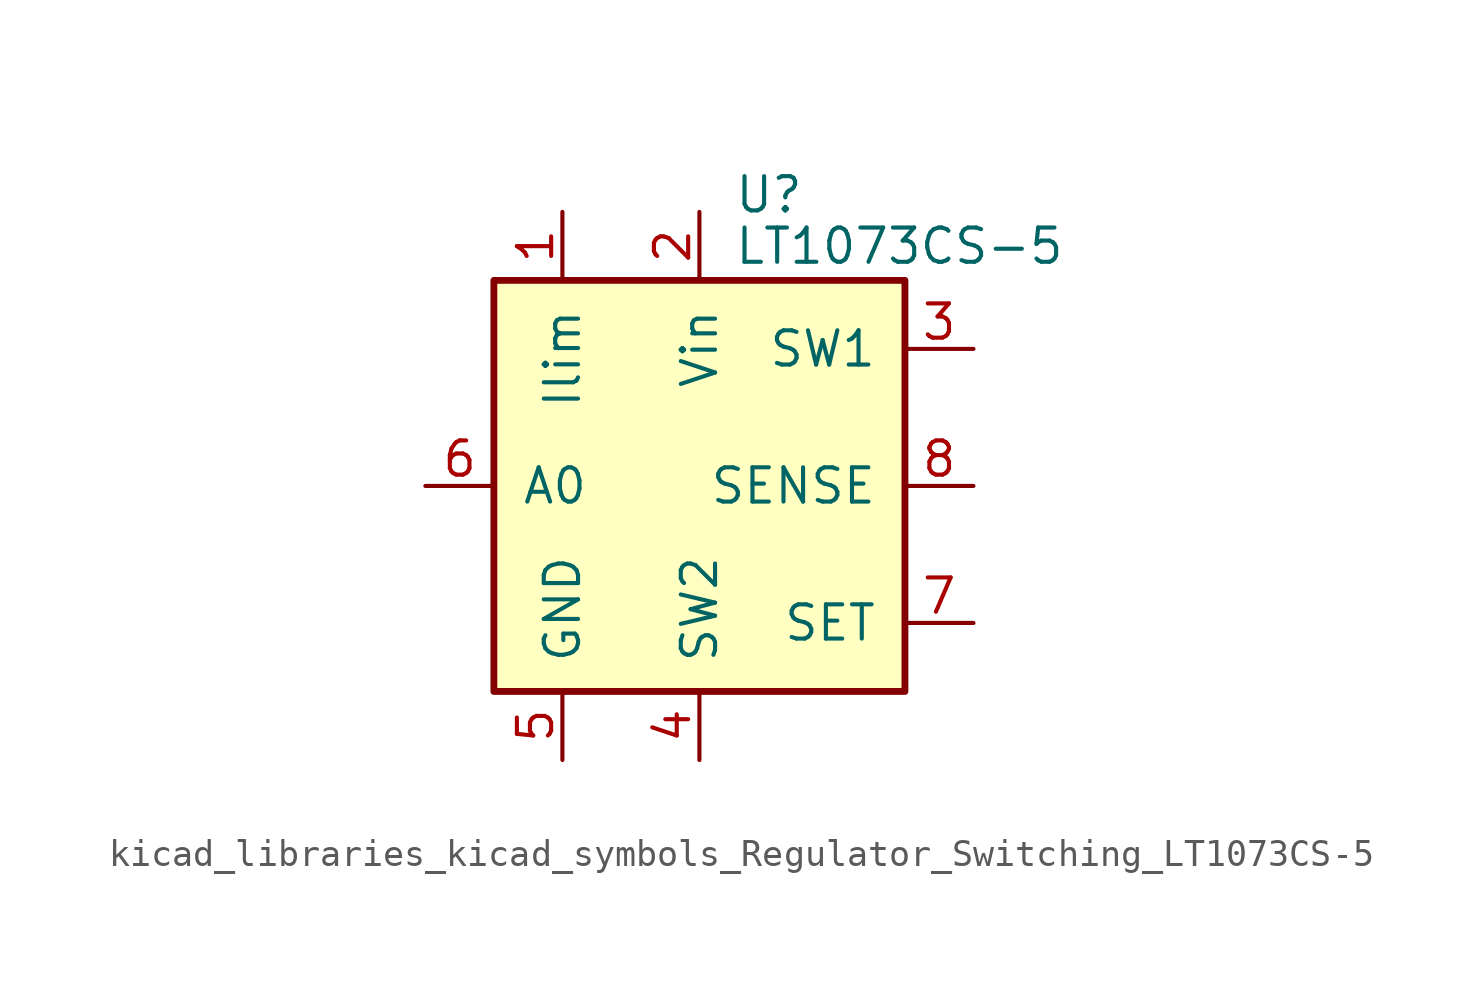
<source format=kicad_sym>
(kicad_symbol_lib
  (version 20220914)
  (generator kicad_symbol_editor)
  (symbol "kicad_libraries_kicad_symbols_Regulator_Switching_LT1073CS-5"
    (pin_names
      (offset 1.016))
    (property "Reference" "U"
      (at 1.27 10.795 0)
      (effects (font (size 1.27 1.27)) (justify left)))
    (property "Value" "LT1073CS-5"
      (at 1.27 8.89 0)
      (effects (font (size 1.27 1.27)) (justify left)))
    (symbol "kicad_libraries_kicad_symbols_Regulator_Switching_LT1073CS-5_0_1"
      (rectangle (start -7.62 7.62) (end 7.62 -7.62) (stroke (width 0.254) (type default)) (fill (type background))))
    (symbol "kicad_libraries_kicad_symbols_Regulator_Switching_LT1073CS-5_1_1"
      (pin input line (at -5.08 10.16 270) (length 2.54) (name "Ilim" (effects (font (size 1.27 1.27)))) (number "1" (effects (font (size 1.27 1.27)))))
      (pin power_in line (at 0 10.16 270) (length 2.54) (name "Vin" (effects (font (size 1.27 1.27)))) (number "2" (effects (font (size 1.27 1.27)))))
      (pin input line (at 10.16 5.08 180) (length 2.54) (name "SW1" (effects (font (size 1.27 1.27)))) (number "3" (effects (font (size 1.27 1.27)))))
      (pin input line (at 0 -10.16 90) (length 2.54) (name "SW2" (effects (font (size 1.27 1.27)))) (number "4" (effects (font (size 1.27 1.27)))))
      (pin power_in line (at -5.08 -10.16 90) (length 2.54) (name "GND" (effects (font (size 1.27 1.27)))) (number "5" (effects (font (size 1.27 1.27)))))
      (pin output line (at -10.16 0 0) (length 2.54) (name "A0" (effects (font (size 1.27 1.27)))) (number "6" (effects (font (size 1.27 1.27)))))
      (pin input line (at 10.16 -5.08 180) (length 2.54) (name "SET" (effects (font (size 1.27 1.27)))) (number "7" (effects (font (size 1.27 1.27)))))
      (pin input line (at 10.16 0 180) (length 2.54) (name "SENSE" (effects (font (size 1.27 1.27)))) (number "8" (effects (font (size 1.27 1.27))))))))
</source>
